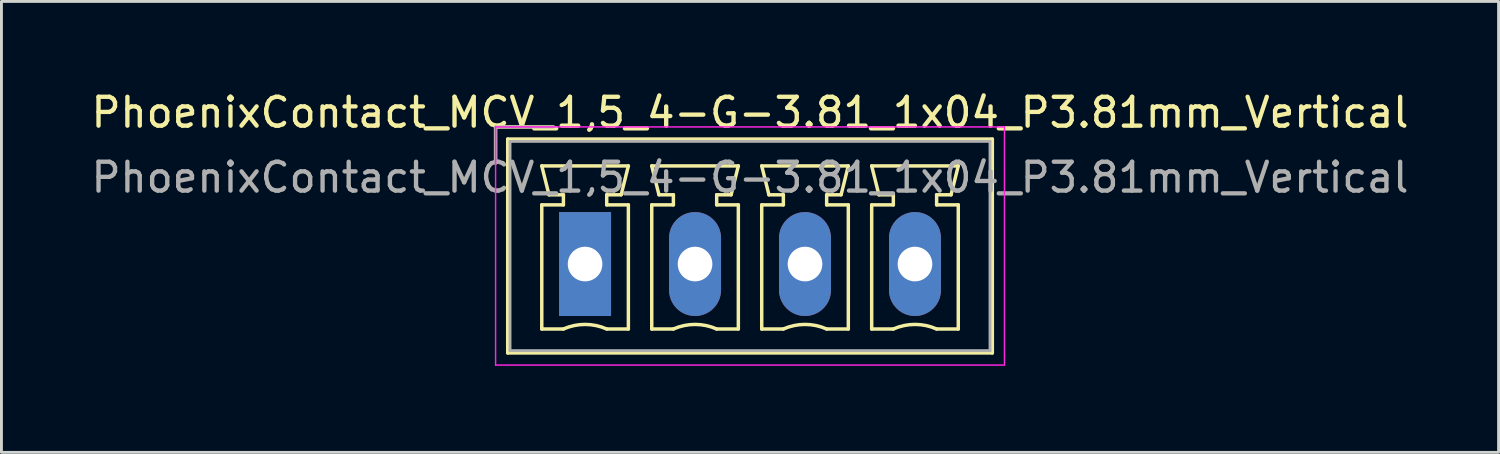
<source format=kicad_pcb>
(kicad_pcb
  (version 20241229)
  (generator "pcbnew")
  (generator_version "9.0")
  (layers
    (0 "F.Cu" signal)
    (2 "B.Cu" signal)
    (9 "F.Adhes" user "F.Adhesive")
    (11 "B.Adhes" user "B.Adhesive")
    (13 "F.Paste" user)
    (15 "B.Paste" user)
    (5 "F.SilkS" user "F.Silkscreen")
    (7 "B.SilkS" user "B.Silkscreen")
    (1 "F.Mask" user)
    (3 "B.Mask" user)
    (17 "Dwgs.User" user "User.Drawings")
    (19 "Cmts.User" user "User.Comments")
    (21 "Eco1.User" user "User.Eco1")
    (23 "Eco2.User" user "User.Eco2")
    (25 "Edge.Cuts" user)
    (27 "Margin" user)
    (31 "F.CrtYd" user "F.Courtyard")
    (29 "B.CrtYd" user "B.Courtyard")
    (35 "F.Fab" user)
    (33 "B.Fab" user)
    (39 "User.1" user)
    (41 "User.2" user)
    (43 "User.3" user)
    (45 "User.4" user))
  (footprint "PhoenixContact_MCV_1,5_4-G-3.81_1x04_P3.81mm_Vertical"
    (layer "F.Cu")
    (at 17.22 6.098)
    (property "Reference" "PhoenixContact_MCV_1,5_4-G-3.81_1x04_P3.81mm_Vertical" (at 5.715 -5.25 0) (layer "F.SilkS") (effects (font (size 1 1) (thickness 0.15))))
    (attr through_hole)
    (fp_line (start -3.1 -4.75) (end -1.1 -4.75) (stroke (width 0.12) (type solid)) (layer "F.SilkS"))
    (fp_line (start -3.1 -3.5) (end -3.1 -4.75) (stroke (width 0.12) (type solid)) (layer "F.SilkS"))
    (fp_line (start -2.68 -4.33) (end -2.68 3.08) (stroke (width 0.12) (type solid)) (layer "F.SilkS"))
    (fp_line (start -2.68 3.08) (end 14.11 3.08) (stroke (width 0.12) (type solid)) (layer "F.SilkS"))
    (fp_line (start -1.5 -3.4) (end 1.5 -3.4) (stroke (width 0.12) (type solid)) (layer "F.SilkS"))
    (fp_line (start -1.5 -2.05) (end -0.75 -2.05) (stroke (width 0.12) (type solid)) (layer "F.SilkS"))
    (fp_line (start -1.5 2.25) (end -1.5 -2.05) (stroke (width 0.12) (type solid)) (layer "F.SilkS"))
    (fp_line (start -1.25 -2.4) (end -1.5 -3.4) (stroke (width 0.12) (type solid)) (layer "F.SilkS"))
    (fp_line (start -0.75 -2.4) (end -1.25 -2.4) (stroke (width 0.12) (type solid)) (layer "F.SilkS"))
    (fp_line (start -0.75 -2.05) (end -0.75 -2.4) (stroke (width 0.12) (type solid)) (layer "F.SilkS"))
    (fp_line (start -0.75 2.25) (end -1.5 2.25) (stroke (width 0.12) (type solid)) (layer "F.SilkS"))
    (fp_line (start 0.75 -2.4) (end 0.75 -2.05) (stroke (width 0.12) (type solid)) (layer "F.SilkS"))
    (fp_line (start 0.75 -2.05) (end 1.5 -2.05) (stroke (width 0.12) (type solid)) (layer "F.SilkS"))
    (fp_line (start 1.25 -2.4) (end 0.75 -2.4) (stroke (width 0.12) (type solid)) (layer "F.SilkS"))
    (fp_line (start 1.5 -3.4) (end 1.25 -2.4) (stroke (width 0.12) (type solid)) (layer "F.SilkS"))
    (fp_line (start 1.5 -2.05) (end 1.5 2.25) (stroke (width 0.12) (type solid)) (layer "F.SilkS"))
    (fp_line (start 1.5 2.25) (end 0.75 2.25) (stroke (width 0.12) (type solid)) (layer "F.SilkS"))
    (fp_line (start 2.31 -3.4) (end 5.31 -3.4) (stroke (width 0.12) (type solid)) (layer "F.SilkS"))
    (fp_line (start 2.31 -2.05) (end 3.06 -2.05) (stroke (width 0.12) (type solid)) (layer "F.SilkS"))
    (fp_line (start 2.31 2.25) (end 2.31 -2.05) (stroke (width 0.12) (type solid)) (layer "F.SilkS"))
    (fp_line (start 2.56 -2.4) (end 2.31 -3.4) (stroke (width 0.12) (type solid)) (layer "F.SilkS"))
    (fp_line (start 3.06 -2.4) (end 2.56 -2.4) (stroke (width 0.12) (type solid)) (layer "F.SilkS"))
    (fp_line (start 3.06 -2.05) (end 3.06 -2.4) (stroke (width 0.12) (type solid)) (layer "F.SilkS"))
    (fp_line (start 3.06 2.25) (end 2.31 2.25) (stroke (width 0.12) (type solid)) (layer "F.SilkS"))
    (fp_line (start 4.56 -2.4) (end 4.56 -2.05) (stroke (width 0.12) (type solid)) (layer "F.SilkS"))
    (fp_line (start 4.56 -2.05) (end 5.31 -2.05) (stroke (width 0.12) (type solid)) (layer "F.SilkS"))
    (fp_line (start 5.06 -2.4) (end 4.56 -2.4) (stroke (width 0.12) (type solid)) (layer "F.SilkS"))
    (fp_line (start 5.31 -3.4) (end 5.06 -2.4) (stroke (width 0.12) (type solid)) (layer "F.SilkS"))
    (fp_line (start 5.31 -2.05) (end 5.31 2.25) (stroke (width 0.12) (type solid)) (layer "F.SilkS"))
    (fp_line (start 5.31 2.25) (end 4.56 2.25) (stroke (width 0.12) (type solid)) (layer "F.SilkS"))
    (fp_line (start 6.12 -3.4) (end 9.12 -3.4) (stroke (width 0.12) (type solid)) (layer "F.SilkS"))
    (fp_line (start 6.12 -2.05) (end 6.87 -2.05) (stroke (width 0.12) (type solid)) (layer "F.SilkS"))
    (fp_line (start 6.12 2.25) (end 6.12 -2.05) (stroke (width 0.12) (type solid)) (layer "F.SilkS"))
    (fp_line (start 6.37 -2.4) (end 6.12 -3.4) (stroke (width 0.12) (type solid)) (layer "F.SilkS"))
    (fp_line (start 6.87 -2.4) (end 6.37 -2.4) (stroke (width 0.12) (type solid)) (layer "F.SilkS"))
    (fp_line (start 6.87 -2.05) (end 6.87 -2.4) (stroke (width 0.12) (type solid)) (layer "F.SilkS"))
    (fp_line (start 6.87 2.25) (end 6.12 2.25) (stroke (width 0.12) (type solid)) (layer "F.SilkS"))
    (fp_line (start 8.37 -2.4) (end 8.37 -2.05) (stroke (width 0.12) (type solid)) (layer "F.SilkS"))
    (fp_line (start 8.37 -2.05) (end 9.12 -2.05) (stroke (width 0.12) (type solid)) (layer "F.SilkS"))
    (fp_line (start 8.87 -2.4) (end 8.37 -2.4) (stroke (width 0.12) (type solid)) (layer "F.SilkS"))
    (fp_line (start 9.12 -3.4) (end 8.87 -2.4) (stroke (width 0.12) (type solid)) (layer "F.SilkS"))
    (fp_line (start 9.12 -2.05) (end 9.12 2.25) (stroke (width 0.12) (type solid)) (layer "F.SilkS"))
    (fp_line (start 9.12 2.25) (end 8.37 2.25) (stroke (width 0.12) (type solid)) (layer "F.SilkS"))
    (fp_line (start 9.93 -3.4) (end 12.93 -3.4) (stroke (width 0.12) (type solid)) (layer "F.SilkS"))
    (fp_line (start 9.93 -2.05) (end 10.68 -2.05) (stroke (width 0.12) (type solid)) (layer "F.SilkS"))
    (fp_line (start 9.93 2.25) (end 9.93 -2.05) (stroke (width 0.12) (type solid)) (layer "F.SilkS"))
    (fp_line (start 10.18 -2.4) (end 9.93 -3.4) (stroke (width 0.12) (type solid)) (layer "F.SilkS"))
    (fp_line (start 10.68 -2.4) (end 10.18 -2.4) (stroke (width 0.12) (type solid)) (layer "F.SilkS"))
    (fp_line (start 10.68 -2.05) (end 10.68 -2.4) (stroke (width 0.12) (type solid)) (layer "F.SilkS"))
    (fp_line (start 10.68 2.25) (end 9.93 2.25) (stroke (width 0.12) (type solid)) (layer "F.SilkS"))
    (fp_line (start 12.18 -2.4) (end 12.18 -2.05) (stroke (width 0.12) (type solid)) (layer "F.SilkS"))
    (fp_line (start 12.18 -2.05) (end 12.93 -2.05) (stroke (width 0.12) (type solid)) (layer "F.SilkS"))
    (fp_line (start 12.68 -2.4) (end 12.18 -2.4) (stroke (width 0.12) (type solid)) (layer "F.SilkS"))
    (fp_line (start 12.93 -3.4) (end 12.68 -2.4) (stroke (width 0.12) (type solid)) (layer "F.SilkS"))
    (fp_line (start 12.93 -2.05) (end 12.93 2.25) (stroke (width 0.12) (type solid)) (layer "F.SilkS"))
    (fp_line (start 12.93 2.25) (end 12.18 2.25) (stroke (width 0.12) (type solid)) (layer "F.SilkS"))
    (fp_line (start 14.11 -4.33) (end -2.68 -4.33) (stroke (width 0.12) (type solid)) (layer "F.SilkS"))
    (fp_line (start 14.11 3.08) (end 14.11 -4.33) (stroke (width 0.12) (type solid)) (layer "F.SilkS"))
    (fp_arc (start -0.75 2.25) (mid -0.000193 2.09191) (end 0.749647 2.249844) (stroke (width 0.12) (type solid)) (layer "F.SilkS"))
    (fp_arc (start 3.06 2.25) (mid 3.809807 2.09191) (end 4.559647 2.249844) (stroke (width 0.12) (type solid)) (layer "F.SilkS"))
    (fp_arc (start 6.87 2.25) (mid 7.619807 2.09191) (end 8.369647 2.249844) (stroke (width 0.12) (type solid)) (layer "F.SilkS"))
    (fp_arc (start 10.68 2.25) (mid 11.429807 2.09191) (end 12.179647 2.249844) (stroke (width 0.12) (type solid)) (layer "F.SilkS"))
    (fp_line (start -3.1 -4.75) (end -3.1 3.5) (stroke (width 0.05) (type solid)) (layer "F.CrtYd"))
    (fp_line (start -3.1 3.5) (end 14.53 3.5) (stroke (width 0.05) (type solid)) (layer "F.CrtYd"))
    (fp_line (start 14.53 -4.75) (end -3.1 -4.75) (stroke (width 0.05) (type solid)) (layer "F.CrtYd"))
    (fp_line (start 14.53 3.5) (end 14.53 -4.75) (stroke (width 0.05) (type solid)) (layer "F.CrtYd"))
    (fp_line (start -3.1 -4.75) (end -1.1 -4.75) (stroke (width 0.1) (type solid)) (layer "F.Fab"))
    (fp_line (start -3.1 -3.5) (end -3.1 -4.75) (stroke (width 0.1) (type solid)) (layer "F.Fab"))
    (fp_line (start -2.6 -4.25) (end -2.6 3) (stroke (width 0.1) (type solid)) (layer "F.Fab"))
    (fp_line (start -2.6 3) (end 14.03 3) (stroke (width 0.1) (type solid)) (layer "F.Fab"))
    (fp_line (start 14.03 -4.25) (end -2.6 -4.25) (stroke (width 0.1) (type solid)) (layer "F.Fab"))
    (fp_line (start 14.03 3) (end 14.03 -4.25) (stroke (width 0.1) (type solid)) (layer "F.Fab"))
    (fp_text user "${REFERENCE}" (at 5.715 -3 0) (layer "F.Fab") (effects (font (size 1 1) (thickness 0.15))))
    (pad "1" thru_hole rect (at 0 0) (size 1.8 3.6) (drill 1.2) (layers "*.Cu" "*.Mask"))
    (pad "2" thru_hole oval (at 3.81 0) (size 1.8 3.6) (drill 1.2) (layers "*.Cu" "*.Mask"))
    (pad "3" thru_hole oval (at 7.62 0) (size 1.8 3.6) (drill 1.2) (layers "*.Cu" "*.Mask"))
    (pad "4" thru_hole oval (at 11.43 0) (size 1.8 3.6) (drill 1.2) (layers "*.Cu" "*.Mask")))
  (gr_rect
    (start -3 -3)
    (end 48.869 12.623)
    (stroke (width 0.1) (type default))
    (fill no)
    (layer "Edge.Cuts")))
</source>
